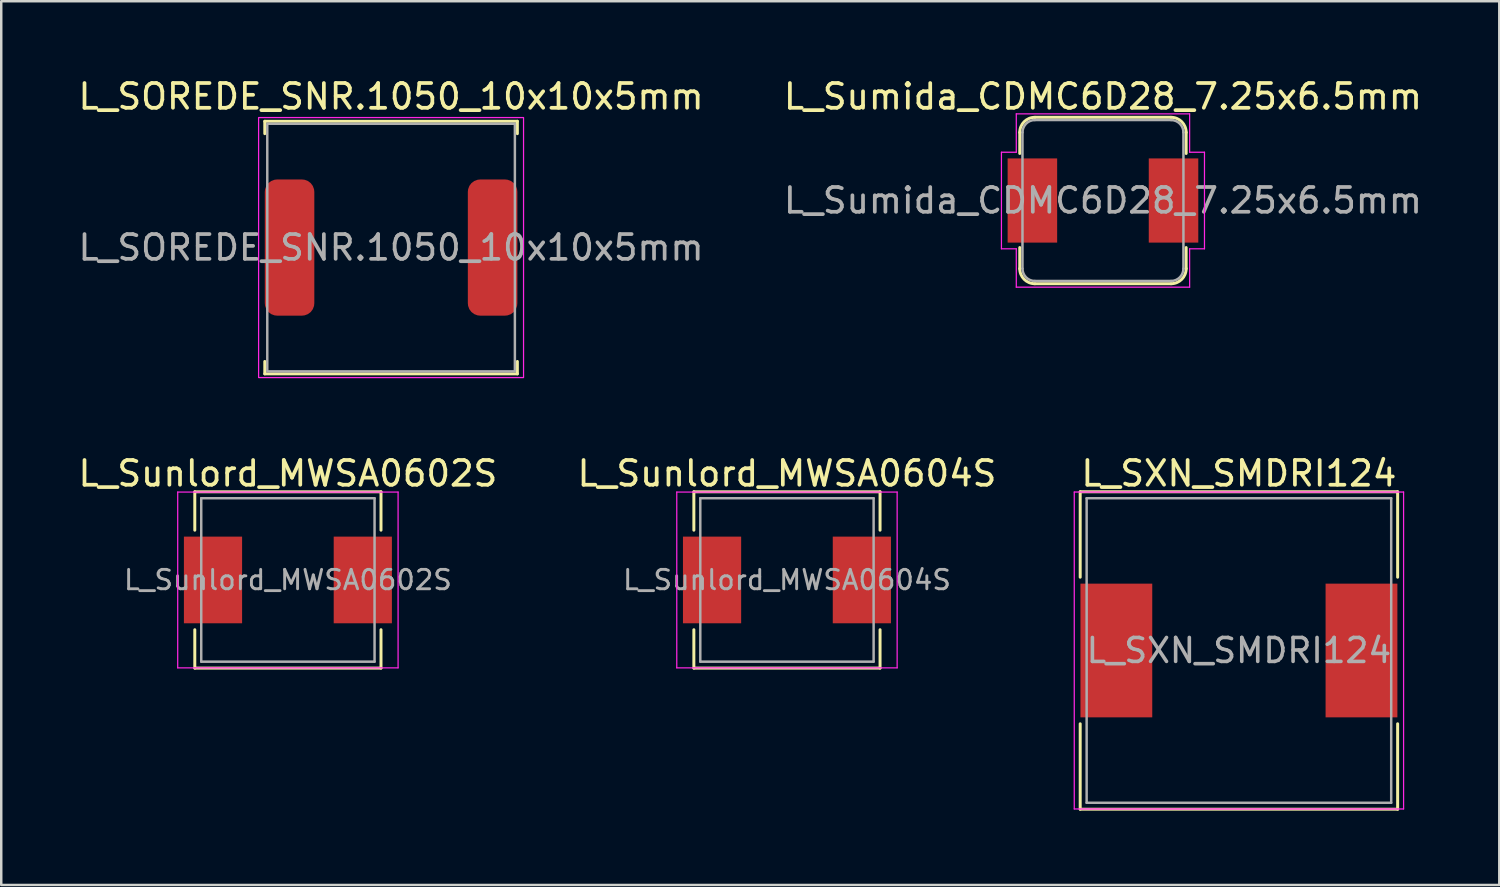
<source format=kicad_pcb>
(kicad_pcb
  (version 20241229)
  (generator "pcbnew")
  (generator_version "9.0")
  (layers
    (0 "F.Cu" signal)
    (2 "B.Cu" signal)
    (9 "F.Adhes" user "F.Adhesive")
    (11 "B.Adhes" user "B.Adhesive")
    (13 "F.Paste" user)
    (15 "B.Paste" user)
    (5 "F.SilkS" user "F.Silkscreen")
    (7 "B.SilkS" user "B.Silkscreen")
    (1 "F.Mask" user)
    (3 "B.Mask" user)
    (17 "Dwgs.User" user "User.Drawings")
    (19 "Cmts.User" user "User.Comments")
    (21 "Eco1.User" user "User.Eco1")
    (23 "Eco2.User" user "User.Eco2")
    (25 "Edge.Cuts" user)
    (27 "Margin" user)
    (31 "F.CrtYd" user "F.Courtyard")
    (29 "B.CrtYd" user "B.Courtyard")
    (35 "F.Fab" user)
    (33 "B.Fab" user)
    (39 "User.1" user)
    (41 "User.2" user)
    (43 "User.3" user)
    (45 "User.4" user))
  (footprint "L_Sumida_CDMC6D28_7.25x6.5mm"
    (layer "F.Cu")
    (at 41.494 5.048)
    (property "Reference" "L_Sumida_CDMC6D28_7.25x6.5mm" (at 0 -4.2 0) (layer "F.SilkS") (effects (font (size 1 1) (thickness 0.15))))
    (attr smd)
    (fp_line (start -3.36 -1.9) (end -3.36 -2.75) (stroke (width 0.12) (type solid)) (layer "F.SilkS"))
    (fp_line (start -3.36 2.75) (end -3.36 1.9) (stroke (width 0.12) (type solid)) (layer "F.SilkS"))
    (fp_line (start -2.75 -3.36) (end 2.75 -3.36) (stroke (width 0.12) (type solid)) (layer "F.SilkS"))
    (fp_line (start 2.75 3.36) (end -2.75 3.36) (stroke (width 0.12) (type solid)) (layer "F.SilkS"))
    (fp_line (start 3.36 -2.75) (end 3.36 -1.9) (stroke (width 0.12) (type solid)) (layer "F.SilkS"))
    (fp_line (start 3.36 1.9) (end 3.36 2.75) (stroke (width 0.12) (type solid)) (layer "F.SilkS"))
    (fp_arc (start -3.36 -2.75) (mid -3.181335 -3.181335) (end -2.75 -3.36) (stroke (width 0.12) (type solid)) (layer "F.SilkS"))
    (fp_arc (start -2.75 3.36) (mid -3.181335 3.181335) (end -3.36 2.75) (stroke (width 0.12) (type solid)) (layer "F.SilkS"))
    (fp_arc (start 2.75 -3.36) (mid 3.181335 -3.181335) (end 3.36 -2.75) (stroke (width 0.12) (type solid)) (layer "F.SilkS"))
    (fp_arc (start 3.36 2.75) (mid 3.181335 3.181335) (end 2.75 3.36) (stroke (width 0.12) (type solid)) (layer "F.SilkS"))
    (fp_line (start -4.1 -1.95) (end -3.5 -1.95) (stroke (width 0.05) (type solid)) (layer "F.CrtYd"))
    (fp_line (start -4.1 1.95) (end -4.1 -1.95) (stroke (width 0.05) (type solid)) (layer "F.CrtYd"))
    (fp_line (start -3.5 -3.5) (end 3.5 -3.5) (stroke (width 0.05) (type solid)) (layer "F.CrtYd"))
    (fp_line (start -3.5 -1.95) (end -3.5 -3.5) (stroke (width 0.05) (type solid)) (layer "F.CrtYd"))
    (fp_line (start -3.5 1.95) (end -4.1 1.95) (stroke (width 0.05) (type solid)) (layer "F.CrtYd"))
    (fp_line (start -3.5 3.5) (end -3.5 1.95) (stroke (width 0.05) (type solid)) (layer "F.CrtYd"))
    (fp_line (start 3.5 -3.5) (end 3.5 -1.95) (stroke (width 0.05) (type solid)) (layer "F.CrtYd"))
    (fp_line (start 3.5 -1.95) (end 4.1 -1.95) (stroke (width 0.05) (type solid)) (layer "F.CrtYd"))
    (fp_line (start 3.5 1.95) (end 3.5 3.5) (stroke (width 0.05) (type solid)) (layer "F.CrtYd"))
    (fp_line (start 3.5 3.5) (end -3.5 3.5) (stroke (width 0.05) (type solid)) (layer "F.CrtYd"))
    (fp_line (start 4.1 -1.95) (end 4.1 1.95) (stroke (width 0.05) (type solid)) (layer "F.CrtYd"))
    (fp_line (start 4.1 1.95) (end 3.5 1.95) (stroke (width 0.05) (type solid)) (layer "F.CrtYd"))
    (fp_line (start -3.25 2.75) (end -3.25 -2.75) (stroke (width 0.1) (type solid)) (layer "F.Fab"))
    (fp_line (start -2.75 -3.25) (end 2.75 -3.25) (stroke (width 0.1) (type solid)) (layer "F.Fab"))
    (fp_line (start 2.75 3.25) (end -2.75 3.25) (stroke (width 0.1) (type solid)) (layer "F.Fab"))
    (fp_line (start 3.25 -2.75) (end 3.25 2.75) (stroke (width 0.1) (type solid)) (layer "F.Fab"))
    (fp_arc (start -3.25 -2.75) (mid -3.103553 -3.103553) (end -2.75 -3.25) (stroke (width 0.1) (type solid)) (layer "F.Fab"))
    (fp_arc (start -2.75 3.25) (mid -3.103553 3.103553) (end -3.25 2.75) (stroke (width 0.1) (type solid)) (layer "F.Fab"))
    (fp_arc (start 2.75 -3.25) (mid 3.103553 -3.103553) (end 3.25 -2.75) (stroke (width 0.1) (type solid)) (layer "F.Fab"))
    (fp_arc (start 3.25 2.75) (mid 3.103553 3.103553) (end 2.75 3.25) (stroke (width 0.1) (type solid)) (layer "F.Fab"))
    (fp_text user "${REFERENCE}" (at 0 0 0) (layer "F.Fab") (effects (font (size 1 1) (thickness 0.15))))
    (pad "1" smd rect (at -2.85 0) (size 2 3.4) (layers "F.Cu" "F.Mask" "F.Paste"))
    (pad "2" smd rect (at 2.85 0) (size 2 3.4) (layers "F.Cu" "F.Mask" "F.Paste")))
  (footprint "L_Sunlord_MWSA0604S"
    (layer "F.Cu")
    (at 28.732 20.372)
    (property "Reference" "L_Sunlord_MWSA0604S" (at 0 -4.3 0) (layer "F.SilkS") (effects (font (size 1 1) (thickness 0.15))))
    (attr smd)
    (fp_line (start -3.76 -3.56) (end -3.76 -2.01) (stroke (width 0.12) (type solid)) (layer "F.SilkS"))
    (fp_line (start -3.76 -3.56) (end 3.76 -3.56) (stroke (width 0.12) (type solid)) (layer "F.SilkS"))
    (fp_line (start -3.76 3.56) (end -3.76 2.01) (stroke (width 0.12) (type solid)) (layer "F.SilkS"))
    (fp_line (start -3.76 3.56) (end 3.76 3.56) (stroke (width 0.12) (type solid)) (layer "F.SilkS"))
    (fp_line (start 3.76 -3.56) (end 3.76 -2.01) (stroke (width 0.12) (type solid)) (layer "F.SilkS"))
    (fp_line (start 3.76 3.56) (end 3.76 2.01) (stroke (width 0.12) (type solid)) (layer "F.SilkS"))
    (fp_line (start -4.45 -3.55) (end -4.45 3.55) (stroke (width 0.05) (type solid)) (layer "F.CrtYd"))
    (fp_line (start -4.45 3.55) (end 4.45 3.55) (stroke (width 0.05) (type solid)) (layer "F.CrtYd"))
    (fp_line (start 4.45 -3.55) (end -4.45 -3.55) (stroke (width 0.05) (type solid)) (layer "F.CrtYd"))
    (fp_line (start 4.45 3.55) (end 4.45 -3.55) (stroke (width 0.05) (type solid)) (layer "F.CrtYd"))
    (fp_line (start -3.5 -3.3) (end -3.5 3.3) (stroke (width 0.1) (type solid)) (layer "F.Fab"))
    (fp_line (start -3.5 3.3) (end 3.5 3.3) (stroke (width 0.1) (type solid)) (layer "F.Fab"))
    (fp_line (start 3.5 -3.3) (end -3.5 -3.3) (stroke (width 0.1) (type solid)) (layer "F.Fab"))
    (fp_line (start 3.5 3.3) (end 3.5 -3.3) (stroke (width 0.1) (type solid)) (layer "F.Fab"))
    (fp_text user "${REFERENCE}" (at 0 0 0) (layer "F.Fab") (effects (font (size 0.783 0.783) (thickness 0.117))))
    (pad "1" smd rect (at -3.025 0) (size 2.35 3.5) (layers "F.Cu" "F.Mask" "F.Paste"))
    (pad "2" smd rect (at 3.025 0) (size 2.35 3.5) (layers "F.Cu" "F.Mask" "F.Paste")))
  (footprint "L_SOREDE_SNR.1050_10x10x5mm"
    (layer "F.Cu")
    (at 12.744 6.948)
    (property "Reference" "L_SOREDE_SNR.1050_10x10x5mm" (at 0 -6.1 0) (layer "F.SilkS") (effects (font (size 1 1) (thickness 0.15))))
    (attr smd)
    (fp_line (start -5.1 -5.1) (end 5.1 -5.1) (stroke (width 0.12) (type default)) (layer "F.SilkS"))
    (fp_line (start -5.1 -4.6) (end -5.1 -5.1) (stroke (width 0.12) (type default)) (layer "F.SilkS"))
    (fp_line (start -5.1 5.1) (end -5.1 4.6) (stroke (width 0.12) (type default)) (layer "F.SilkS"))
    (fp_line (start 5.1 -5.1) (end 5.1 -4.6) (stroke (width 0.12) (type default)) (layer "F.SilkS"))
    (fp_line (start 5.1 4.6) (end 5.1 5.1) (stroke (width 0.12) (type default)) (layer "F.SilkS"))
    (fp_line (start 5.1 5.1) (end -5.1 5.1) (stroke (width 0.12) (type default)) (layer "F.SilkS"))
    (fp_rect (start -5.35 -5.25) (end 5.35 5.25) (stroke (width 0.05) (type default)) (fill no) (layer "F.CrtYd"))
    (fp_rect (start -5 -5) (end 5 5) (stroke (width 0.1) (type default)) (fill no) (layer "F.Fab"))
    (fp_text user "${REFERENCE}" (at 0 0 0) (layer "F.Fab") (effects (font (size 1 1) (thickness 0.15))))
    (pad "1" smd roundrect (at -4.1 0) (size 2 5.5) (layers "F.Cu" "F.Mask" "F.Paste") (roundrect_rratio 0.25))
    (pad "2" smd roundrect (at 4.1 0) (size 2 5.5) (layers "F.Cu" "F.Mask" "F.Paste") (roundrect_rratio 0.25)))
  (footprint "L_SXN_SMDRI124"
    (layer "F.Cu")
    (at 46.985 23.221)
    (property "Reference" "L_SXN_SMDRI124" (at 0 -7.15 0) (layer "F.SilkS") (effects (font (size 1 1) (thickness 0.15))))
    (attr smd)
    (fp_line (start -6.41 -6.41) (end -6.41 -2.96) (stroke (width 0.12) (type solid)) (layer "F.SilkS"))
    (fp_line (start -6.41 -6.41) (end 6.41 -6.41) (stroke (width 0.12) (type solid)) (layer "F.SilkS"))
    (fp_line (start -6.41 6.41) (end -6.41 2.96) (stroke (width 0.12) (type solid)) (layer "F.SilkS"))
    (fp_line (start -6.41 6.41) (end 6.41 6.41) (stroke (width 0.12) (type solid)) (layer "F.SilkS"))
    (fp_line (start 6.41 -6.41) (end 6.41 -2.96) (stroke (width 0.12) (type solid)) (layer "F.SilkS"))
    (fp_line (start 6.41 6.41) (end 6.41 2.96) (stroke (width 0.12) (type solid)) (layer "F.SilkS"))
    (fp_line (start -6.65 -6.4) (end -6.65 6.4) (stroke (width 0.05) (type solid)) (layer "F.CrtYd"))
    (fp_line (start -6.65 6.4) (end 6.65 6.4) (stroke (width 0.05) (type solid)) (layer "F.CrtYd"))
    (fp_line (start 6.65 -6.4) (end -6.65 -6.4) (stroke (width 0.05) (type solid)) (layer "F.CrtYd"))
    (fp_line (start 6.65 6.4) (end 6.65 -6.4) (stroke (width 0.05) (type solid)) (layer "F.CrtYd"))
    (fp_line (start -6.15 -6.15) (end -6.15 6.15) (stroke (width 0.1) (type solid)) (layer "F.Fab"))
    (fp_line (start -6.15 6.15) (end 6.15 6.15) (stroke (width 0.1) (type solid)) (layer "F.Fab"))
    (fp_line (start 6.15 -6.15) (end -6.15 -6.15) (stroke (width 0.1) (type solid)) (layer "F.Fab"))
    (fp_line (start 6.15 6.15) (end 6.15 -6.15) (stroke (width 0.1) (type solid)) (layer "F.Fab"))
    (fp_text user "${REFERENCE}" (at 0 0 0) (layer "F.Fab") (effects (font (size 0.967 0.967) (thickness 0.145))))
    (pad "1" smd rect (at -4.95 0) (size 2.9 5.4) (layers "F.Cu" "F.Mask" "F.Paste"))
    (pad "2" smd rect (at 4.95 0) (size 2.9 5.4) (layers "F.Cu" "F.Mask" "F.Paste")))
  (footprint "L_Sunlord_MWSA0602S"
    (layer "F.Cu")
    (at 8.577 20.372)
    (property "Reference" "L_Sunlord_MWSA0602S" (at 0 -4.3 0) (layer "F.SilkS") (effects (font (size 1 1) (thickness 0.15))))
    (attr smd)
    (fp_line (start -3.76 -3.56) (end -3.76 -2.01) (stroke (width 0.12) (type solid)) (layer "F.SilkS"))
    (fp_line (start -3.76 -3.56) (end 3.76 -3.56) (stroke (width 0.12) (type solid)) (layer "F.SilkS"))
    (fp_line (start -3.76 3.56) (end -3.76 2.01) (stroke (width 0.12) (type solid)) (layer "F.SilkS"))
    (fp_line (start -3.76 3.56) (end 3.76 3.56) (stroke (width 0.12) (type solid)) (layer "F.SilkS"))
    (fp_line (start 3.76 -3.56) (end 3.76 -2.01) (stroke (width 0.12) (type solid)) (layer "F.SilkS"))
    (fp_line (start 3.76 3.56) (end 3.76 2.01) (stroke (width 0.12) (type solid)) (layer "F.SilkS"))
    (fp_line (start -4.45 -3.55) (end -4.45 3.55) (stroke (width 0.05) (type solid)) (layer "F.CrtYd"))
    (fp_line (start -4.45 3.55) (end 4.45 3.55) (stroke (width 0.05) (type solid)) (layer "F.CrtYd"))
    (fp_line (start 4.45 -3.55) (end -4.45 -3.55) (stroke (width 0.05) (type solid)) (layer "F.CrtYd"))
    (fp_line (start 4.45 3.55) (end 4.45 -3.55) (stroke (width 0.05) (type solid)) (layer "F.CrtYd"))
    (fp_line (start -3.5 -3.3) (end -3.5 3.3) (stroke (width 0.1) (type solid)) (layer "F.Fab"))
    (fp_line (start -3.5 3.3) (end 3.5 3.3) (stroke (width 0.1) (type solid)) (layer "F.Fab"))
    (fp_line (start 3.5 -3.3) (end -3.5 -3.3) (stroke (width 0.1) (type solid)) (layer "F.Fab"))
    (fp_line (start 3.5 3.3) (end 3.5 -3.3) (stroke (width 0.1) (type solid)) (layer "F.Fab"))
    (fp_text user "${REFERENCE}" (at 0 0 0) (layer "F.Fab") (effects (font (size 0.783 0.783) (thickness 0.117))))
    (pad "1" smd rect (at -3.025 0) (size 2.35 3.5) (layers "F.Cu" "F.Mask" "F.Paste"))
    (pad "2" smd rect (at 3.025 0) (size 2.35 3.5) (layers "F.Cu" "F.Mask" "F.Paste")))
  (gr_rect
    (start -3 -3)
    (end 57.5 32.691)
    (stroke (width 0.1) (type default))
    (fill no)
    (layer "Edge.Cuts")))
</source>
